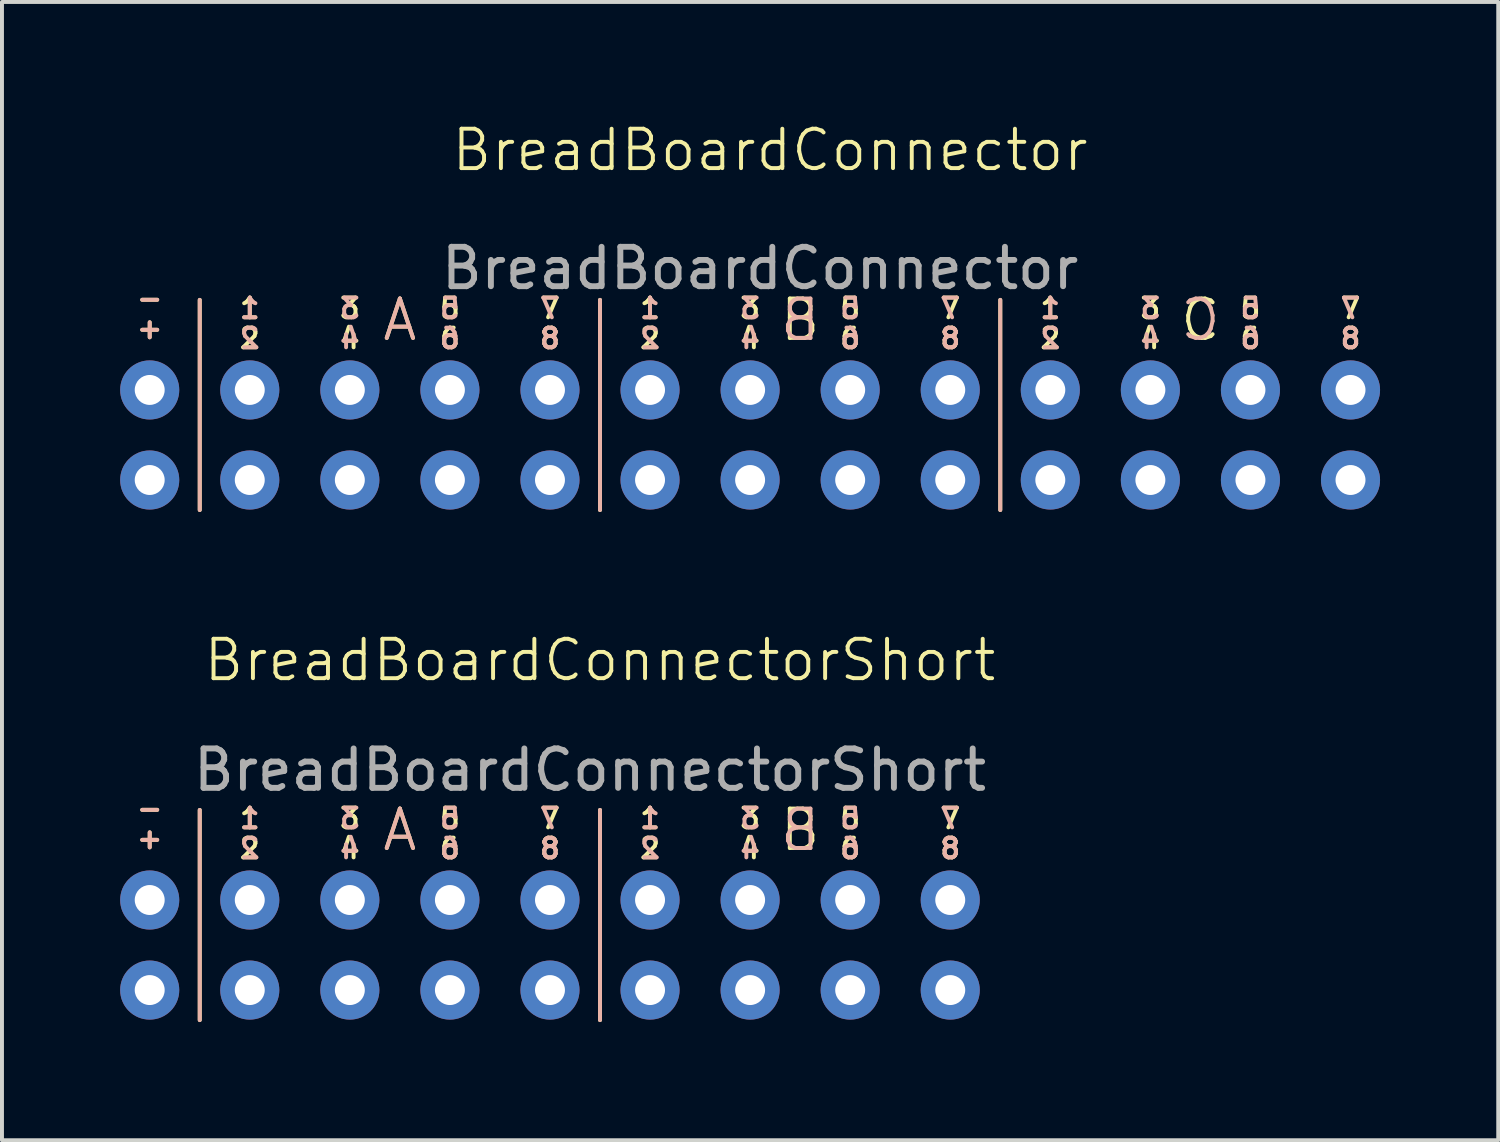
<source format=kicad_pcb>
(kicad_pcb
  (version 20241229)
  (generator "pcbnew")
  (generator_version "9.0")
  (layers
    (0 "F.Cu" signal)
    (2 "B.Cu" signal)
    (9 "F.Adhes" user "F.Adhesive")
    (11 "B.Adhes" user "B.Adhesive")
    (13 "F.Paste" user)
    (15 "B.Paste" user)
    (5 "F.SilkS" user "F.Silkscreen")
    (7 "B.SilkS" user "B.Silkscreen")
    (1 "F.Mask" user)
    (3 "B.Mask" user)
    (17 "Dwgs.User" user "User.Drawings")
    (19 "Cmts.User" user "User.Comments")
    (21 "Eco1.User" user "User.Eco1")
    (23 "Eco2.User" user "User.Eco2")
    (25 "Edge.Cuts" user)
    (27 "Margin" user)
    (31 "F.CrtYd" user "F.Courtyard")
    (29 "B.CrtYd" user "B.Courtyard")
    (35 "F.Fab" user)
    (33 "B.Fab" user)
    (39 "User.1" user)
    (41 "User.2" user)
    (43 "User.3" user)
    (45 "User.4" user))
  (footprint "BreadBoardConnector"
    (layer "F.Cu")
    (at 16.498 1.26)
    (property "Reference" "BreadBoardConnector" (at 0 -0.5 0) (unlocked yes) (layer "F.SilkS") (effects (font (size 1 1) (thickness 0.1))))
    (attr through_hole)
    (fp_line (start -14.478 3.302) (end -14.478 8.636) (stroke (width 0.1) (type default)) (layer "F.SilkS"))
    (fp_line (start -4.318 3.302) (end -4.318 8.636) (stroke (width 0.1) (type default)) (layer "F.SilkS"))
    (fp_line (start 5.842 3.302) (end 5.842 8.636) (stroke (width 0.1) (type default)) (layer "F.SilkS"))
    (fp_line (start -14.478 3.302) (end -14.478 8.636) (stroke (width 0.1) (type default)) (layer "B.SilkS"))
    (fp_line (start -4.318 3.302) (end -4.318 8.636) (stroke (width 0.1) (type default)) (layer "B.SilkS"))
    (fp_line (start 5.842 3.302) (end 5.842 8.636) (stroke (width 0.1) (type default)) (layer "B.SilkS"))
    (fp_text user "3" (at 9.652 3.81 0) (unlocked yes) (layer "F.SilkS") (effects (font (size 0.5 0.5) (thickness 0.1)) (justify bottom)))
    (fp_text user "6" (at 12.192 4.572 0) (unlocked yes) (layer "F.SilkS") (effects (font (size 0.5 0.5) (thickness 0.1)) (justify bottom)))
    (fp_text user "7" (at -5.588 3.81 0) (unlocked yes) (layer "F.SilkS") (effects (font (size 0.5 0.5) (thickness 0.1)) (justify bottom)))
    (fp_text user "3" (at -0.508 3.81 0) (unlocked yes) (layer "F.SilkS") (effects (font (size 0.5 0.5) (thickness 0.1)) (justify bottom)))
    (fp_text user "4" (at -10.668 4.572 0) (unlocked yes) (layer "F.SilkS") (effects (font (size 0.5 0.5) (thickness 0.1)) (justify bottom)))
    (fp_text user "6" (at 2.032 4.572 0) (unlocked yes) (layer "F.SilkS") (effects (font (size 0.5 0.5) (thickness 0.1)) (justify bottom)))
    (fp_text user "5" (at 12.192 3.81 0) (unlocked yes) (layer "F.SilkS") (effects (font (size 0.5 0.5) (thickness 0.1)) (justify bottom)))
    (fp_text user "B" (at 0.762 3.81 0) (unlocked yes) (layer "F.SilkS") (effects (font (size 1 1) (thickness 0.1))))
    (fp_text user "8" (at -5.588 4.572 0) (unlocked yes) (layer "F.SilkS") (effects (font (size 0.5 0.5) (thickness 0.1)) (justify bottom)))
    (fp_text user "4" (at -0.508 4.572 0) (unlocked yes) (layer "F.SilkS") (effects (font (size 0.5 0.5) (thickness 0.1)) (justify bottom)))
    (fp_text user "C" (at 10.922 3.81 0) (unlocked yes) (layer "F.SilkS") (effects (font (size 1 1) (thickness 0.1))))
    (fp_text user "1" (at -3.048 3.81 0) (unlocked yes) (layer "F.SilkS") (effects (font (size 0.5 0.5) (thickness 0.1)) (justify bottom)))
    (fp_text user "2" (at -13.208 4.572 0) (unlocked yes) (layer "F.SilkS") (effects (font (size 0.5 0.5) (thickness 0.1)) (justify bottom)))
    (fp_text user "2" (at -3.048 4.572 0) (unlocked yes) (layer "F.SilkS") (effects (font (size 0.5 0.5) (thickness 0.1)) (justify bottom)))
    (fp_text user "2" (at 7.112 4.572 0) (unlocked yes) (layer "F.SilkS") (effects (font (size 0.5 0.5) (thickness 0.1)) (justify bottom)))
    (fp_text user "6" (at -8.128 4.572 0) (unlocked yes) (layer "F.SilkS") (effects (font (size 0.5 0.5) (thickness 0.1)) (justify bottom)))
    (fp_text user "-" (at -15.748 3.556 0) (unlocked yes) (layer "F.SilkS") (effects (font (size 0.5 0.5) (thickness 0.1)) (justify bottom)))
    (fp_text user "8" (at 14.732 4.572 0) (unlocked yes) (layer "F.SilkS") (effects (font (size 0.5 0.5) (thickness 0.1)) (justify bottom)))
    (fp_text user "5" (at -8.128 3.81 0) (unlocked yes) (layer "F.SilkS") (effects (font (size 0.5 0.5) (thickness 0.1)) (justify bottom)))
    (fp_text user "+" (at -15.748 4.318 0) (unlocked yes) (layer "F.SilkS") (effects (font (size 0.5 0.5) (thickness 0.1)) (justify bottom)))
    (fp_text user "5" (at 2.032 3.81 0) (unlocked yes) (layer "F.SilkS") (effects (font (size 0.5 0.5) (thickness 0.1)) (justify bottom)))
    (fp_text user "7" (at 14.732 3.81 0) (unlocked yes) (layer "F.SilkS") (effects (font (size 0.5 0.5) (thickness 0.1)) (justify bottom)))
    (fp_text user "1" (at -13.208 3.81 0) (unlocked yes) (layer "F.SilkS") (effects (font (size 0.5 0.5) (thickness 0.1)) (justify bottom)))
    (fp_text user "8" (at 4.572 4.572 0) (unlocked yes) (layer "F.SilkS") (effects (font (size 0.5 0.5) (thickness 0.1)) (justify bottom)))
    (fp_text user "A" (at -9.398 3.81 0) (unlocked yes) (layer "F.SilkS") (effects (font (size 1 1) (thickness 0.1))))
    (fp_text user "7" (at 4.572 3.81 0) (unlocked yes) (layer "F.SilkS") (effects (font (size 0.5 0.5) (thickness 0.1)) (justify bottom)))
    (fp_text user "3" (at -10.668 3.81 0) (unlocked yes) (layer "F.SilkS") (effects (font (size 0.5 0.5) (thickness 0.1)) (justify bottom)))
    (fp_text user "4" (at 9.652 4.572 0) (unlocked yes) (layer "F.SilkS") (effects (font (size 0.5 0.5) (thickness 0.1)) (justify bottom)))
    (fp_text user "1" (at 7.112 3.81 0) (unlocked yes) (layer "F.SilkS") (effects (font (size 0.5 0.5) (thickness 0.1)) (justify bottom)))
    (fp_text user "1" (at -3.048 3.81 0) (unlocked yes) (layer "B.SilkS") (effects (font (size 0.5 0.5) (thickness 0.1)) (justify bottom mirror)))
    (fp_text user "7" (at 14.732 3.81 0) (unlocked yes) (layer "B.SilkS") (effects (font (size 0.5 0.5) (thickness 0.1)) (justify bottom mirror)))
    (fp_text user "3" (at 9.652 3.81 0) (unlocked yes) (layer "B.SilkS") (effects (font (size 0.5 0.5) (thickness 0.1)) (justify bottom mirror)))
    (fp_text user "C" (at 10.922 3.81 0) (unlocked yes) (layer "B.SilkS") (effects (font (size 1 1) (thickness 0.1)) (justify mirror)))
    (fp_text user "6" (at -8.128 4.572 0) (unlocked yes) (layer "B.SilkS") (effects (font (size 0.5 0.5) (thickness 0.1)) (justify bottom mirror)))
    (fp_text user "+" (at -15.748 4.318 0) (unlocked yes) (layer "B.SilkS") (effects (font (size 0.5 0.5) (thickness 0.1)) (justify bottom mirror)))
    (fp_text user "3" (at -0.508 3.81 0) (unlocked yes) (layer "B.SilkS") (effects (font (size 0.5 0.5) (thickness 0.1)) (justify bottom mirror)))
    (fp_text user "-" (at -15.748 3.556 0) (unlocked yes) (layer "B.SilkS") (effects (font (size 0.5 0.5) (thickness 0.1)) (justify bottom mirror)))
    (fp_text user "A" (at -9.398 3.81 0) (unlocked yes) (layer "B.SilkS") (effects (font (size 1 1) (thickness 0.1)) (justify mirror)))
    (fp_text user "7" (at 4.572 3.81 0) (unlocked yes) (layer "B.SilkS") (effects (font (size 0.5 0.5) (thickness 0.1)) (justify bottom mirror)))
    (fp_text user "8" (at -5.588 4.572 0) (unlocked yes) (layer "B.SilkS") (effects (font (size 0.5 0.5) (thickness 0.1)) (justify bottom mirror)))
    (fp_text user "3" (at -10.668 3.81 0) (unlocked yes) (layer "B.SilkS") (effects (font (size 0.5 0.5) (thickness 0.1)) (justify bottom mirror)))
    (fp_text user "4" (at -10.668 4.572 0) (unlocked yes) (layer "B.SilkS") (effects (font (size 0.5 0.5) (thickness 0.1)) (justify bottom mirror)))
    (fp_text user "4" (at -0.508 4.572 0) (unlocked yes) (layer "B.SilkS") (effects (font (size 0.5 0.5) (thickness 0.1)) (justify bottom mirror)))
    (fp_text user "1" (at 7.112 3.81 0) (unlocked yes) (layer "B.SilkS") (effects (font (size 0.5 0.5) (thickness 0.1)) (justify bottom mirror)))
    (fp_text user "2" (at -13.208 4.572 0) (unlocked yes) (layer "B.SilkS") (effects (font (size 0.5 0.5) (thickness 0.1)) (justify bottom mirror)))
    (fp_text user "1" (at -13.208 3.81 0) (unlocked yes) (layer "B.SilkS") (effects (font (size 0.5 0.5) (thickness 0.1)) (justify bottom mirror)))
    (fp_text user "6" (at 12.192 4.572 0) (unlocked yes) (layer "B.SilkS") (effects (font (size 0.5 0.5) (thickness 0.1)) (justify bottom mirror)))
    (fp_text user "8" (at 14.732 4.572 0) (unlocked yes) (layer "B.SilkS") (effects (font (size 0.5 0.5) (thickness 0.1)) (justify bottom mirror)))
    (fp_text user "8" (at 4.572 4.572 0) (unlocked yes) (layer "B.SilkS") (effects (font (size 0.5 0.5) (thickness 0.1)) (justify bottom mirror)))
    (fp_text user "5" (at 2.032 3.81 0) (unlocked yes) (layer "B.SilkS") (effects (font (size 0.5 0.5) (thickness 0.1)) (justify bottom mirror)))
    (fp_text user "2" (at -3.048 4.572 0) (unlocked yes) (layer "B.SilkS") (effects (font (size 0.5 0.5) (thickness 0.1)) (justify bottom mirror)))
    (fp_text user "2" (at 7.112 4.572 0) (unlocked yes) (layer "B.SilkS") (effects (font (size 0.5 0.5) (thickness 0.1)) (justify bottom mirror)))
    (fp_text user "B" (at 0.762 3.81 0) (unlocked yes) (layer "B.SilkS") (effects (font (size 1 1) (thickness 0.1)) (justify mirror)))
    (fp_text user "7" (at -5.588 3.81 0) (unlocked yes) (layer "B.SilkS") (effects (font (size 0.5 0.5) (thickness 0.1)) (justify bottom mirror)))
    (fp_text user "4" (at 9.652 4.572 0) (unlocked yes) (layer "B.SilkS") (effects (font (size 0.5 0.5) (thickness 0.1)) (justify bottom mirror)))
    (fp_text user "5" (at -8.128 3.81 0) (unlocked yes) (layer "B.SilkS") (effects (font (size 0.5 0.5) (thickness 0.1)) (justify bottom mirror)))
    (fp_text user "5" (at 12.192 3.81 0) (unlocked yes) (layer "B.SilkS") (effects (font (size 0.5 0.5) (thickness 0.1)) (justify bottom mirror)))
    (fp_text user "6" (at 2.032 4.572 0) (unlocked yes) (layer "B.SilkS") (effects (font (size 0.5 0.5) (thickness 0.1)) (justify bottom mirror)))
    (fp_text user "${REFERENCE}" (at -0.254 2.5 0) (unlocked yes) (layer "F.Fab") (effects (font (size 1 1) (thickness 0.15))))
    (pad "1" thru_hole circle (at -13.208 5.588 180) (size 1.5 1.5) (drill 0.76) (layers "*.Cu" "*.Mask"))
    (pad "2" thru_hole circle (at -13.208 7.874 180) (size 1.5 1.5) (drill 0.76) (layers "*.Cu" "*.Mask"))
    (pad "3" thru_hole circle (at -10.668 5.588 180) (size 1.5 1.5) (drill 0.76) (layers "*.Cu" "*.Mask"))
    (pad "4" thru_hole circle (at -10.668 7.874 180) (size 1.5 1.5) (drill 0.76) (layers "*.Cu" "*.Mask"))
    (pad "5" thru_hole circle (at -8.128 5.588 180) (size 1.5 1.5) (drill 0.76) (layers "*.Cu" "*.Mask"))
    (pad "6" thru_hole circle (at -8.128 7.874 180) (size 1.5 1.5) (drill 0.76) (layers "*.Cu" "*.Mask"))
    (pad "7" thru_hole circle (at -5.588 5.588 180) (size 1.5 1.5) (drill 0.76) (layers "*.Cu" "*.Mask"))
    (pad "8" thru_hole circle (at -5.588 7.874 180) (size 1.5 1.5) (drill 0.76) (layers "*.Cu" "*.Mask"))
    (pad "9" thru_hole circle (at -3.048 5.588 180) (size 1.5 1.5) (drill 0.76) (layers "*.Cu" "*.Mask"))
    (pad "10" thru_hole circle (at -3.048 7.874 180) (size 1.5 1.5) (drill 0.76) (layers "*.Cu" "*.Mask"))
    (pad "11" thru_hole circle (at -0.508 5.588 180) (size 1.5 1.5) (drill 0.76) (layers "*.Cu" "*.Mask"))
    (pad "12" thru_hole circle (at -0.508 7.874 180) (size 1.5 1.5) (drill 0.76) (layers "*.Cu" "*.Mask"))
    (pad "13" thru_hole circle (at 2.032 5.588 180) (size 1.5 1.5) (drill 0.76) (layers "*.Cu" "*.Mask"))
    (pad "14" thru_hole circle (at 2.032 7.874 180) (size 1.5 1.5) (drill 0.76) (layers "*.Cu" "*.Mask"))
    (pad "15" thru_hole circle (at 4.572 5.588 180) (size 1.5 1.5) (drill 0.76) (layers "*.Cu" "*.Mask"))
    (pad "16" thru_hole circle (at 4.572 7.874 180) (size 1.5 1.5) (drill 0.76) (layers "*.Cu" "*.Mask"))
    (pad "17" thru_hole circle (at 7.112 5.588 180) (size 1.5 1.5) (drill 0.76) (layers "*.Cu" "*.Mask"))
    (pad "18" thru_hole circle (at 7.112 7.874 180) (size 1.5 1.5) (drill 0.76) (layers "*.Cu" "*.Mask"))
    (pad "19" thru_hole circle (at 9.652 5.588 180) (size 1.5 1.5) (drill 0.76) (layers "*.Cu" "*.Mask"))
    (pad "20" thru_hole circle (at 9.652 7.874 180) (size 1.5 1.5) (drill 0.76) (layers "*.Cu" "*.Mask"))
    (pad "21" thru_hole circle (at 12.192 5.588 180) (size 1.5 1.5) (drill 0.76) (layers "*.Cu" "*.Mask"))
    (pad "22" thru_hole circle (at 12.192 7.874 180) (size 1.5 1.5) (drill 0.76) (layers "*.Cu" "*.Mask"))
    (pad "23" thru_hole circle (at 14.732 5.588 180) (size 1.5 1.5) (drill 0.76) (layers "*.Cu" "*.Mask"))
    (pad "24" thru_hole circle (at 14.732 7.874 180) (size 1.5 1.5) (drill 0.76) (layers "*.Cu" "*.Mask"))
    (pad "25" thru_hole circle (at -15.748 5.588 180) (size 1.5 1.5) (drill 0.76) (layers "*.Cu" "*.Mask"))
    (pad "26" thru_hole circle (at -15.748 7.874 180) (size 1.5 1.5) (drill 0.76) (layers "*.Cu" "*.Mask")))
  (footprint "BreadBoardConnectorShort"
    (layer "F.Cu")
    (at 12.18 14.207)
    (property "Reference" "BreadBoardConnectorShort" (at 0 -0.5 0) (unlocked yes) (layer "F.SilkS") (effects (font (size 1 1) (thickness 0.1))))
    (attr through_hole)
    (fp_line (start -10.16 3.302) (end -10.16 8.636) (stroke (width 0.1) (type default)) (layer "F.SilkS"))
    (fp_line (start 0 3.302) (end 0 8.636) (stroke (width 0.1) (type default)) (layer "F.SilkS"))
    (fp_line (start -10.16 3.302) (end -10.16 8.636) (stroke (width 0.1) (type default)) (layer "B.SilkS"))
    (fp_line (start 0 3.302) (end 0 8.636) (stroke (width 0.1) (type default)) (layer "B.SilkS"))
    (fp_text user "8" (at -1.27 4.572 0) (unlocked yes) (layer "F.SilkS") (effects (font (size 0.5 0.5) (thickness 0.1)) (justify bottom)))
    (fp_text user "5" (at 6.35 3.81 0) (unlocked yes) (layer "F.SilkS") (effects (font (size 0.5 0.5) (thickness 0.1)) (justify bottom)))
    (fp_text user "4" (at -6.35 4.572 0) (unlocked yes) (layer "F.SilkS") (effects (font (size 0.5 0.5) (thickness 0.1)) (justify bottom)))
    (fp_text user "5" (at -3.81 3.81 0) (unlocked yes) (layer "F.SilkS") (effects (font (size 0.5 0.5) (thickness 0.1)) (justify bottom)))
    (fp_text user "6" (at 6.35 4.572 0) (unlocked yes) (layer "F.SilkS") (effects (font (size 0.5 0.5) (thickness 0.1)) (justify bottom)))
    (fp_text user "3" (at 3.81 3.81 0) (unlocked yes) (layer "F.SilkS") (effects (font (size 0.5 0.5) (thickness 0.1)) (justify bottom)))
    (fp_text user "4" (at 3.81 4.572 0) (unlocked yes) (layer "F.SilkS") (effects (font (size 0.5 0.5) (thickness 0.1)) (justify bottom)))
    (fp_text user "2" (at -8.89 4.572 0) (unlocked yes) (layer "F.SilkS") (effects (font (size 0.5 0.5) (thickness 0.1)) (justify bottom)))
    (fp_text user "A" (at -5.08 3.81 0) (unlocked yes) (layer "F.SilkS") (effects (font (size 1 1) (thickness 0.1))))
    (fp_text user "1" (at 1.27 3.81 0) (unlocked yes) (layer "F.SilkS") (effects (font (size 0.5 0.5) (thickness 0.1)) (justify bottom)))
    (fp_text user "8" (at 8.89 4.572 0) (unlocked yes) (layer "F.SilkS") (effects (font (size 0.5 0.5) (thickness 0.1)) (justify bottom)))
    (fp_text user "2" (at 1.27 4.572 0) (unlocked yes) (layer "F.SilkS") (effects (font (size 0.5 0.5) (thickness 0.1)) (justify bottom)))
    (fp_text user "3" (at -6.35 3.81 0) (unlocked yes) (layer "F.SilkS") (effects (font (size 0.5 0.5) (thickness 0.1)) (justify bottom)))
    (fp_text user "7" (at 8.89 3.81 0) (unlocked yes) (layer "F.SilkS") (effects (font (size 0.5 0.5) (thickness 0.1)) (justify bottom)))
    (fp_text user "B" (at 5.08 3.81 0) (unlocked yes) (layer "F.SilkS") (effects (font (size 1 1) (thickness 0.1))))
    (fp_text user "7" (at -1.27 3.81 0) (unlocked yes) (layer "F.SilkS") (effects (font (size 0.5 0.5) (thickness 0.1)) (justify bottom)))
    (fp_text user "1" (at -8.89 3.81 0) (unlocked yes) (layer "F.SilkS") (effects (font (size 0.5 0.5) (thickness 0.1)) (justify bottom)))
    (fp_text user "-" (at -11.43 3.556 0) (unlocked yes) (layer "F.SilkS") (effects (font (size 0.5 0.5) (thickness 0.1)) (justify bottom)))
    (fp_text user "6" (at -3.81 4.572 0) (unlocked yes) (layer "F.SilkS") (effects (font (size 0.5 0.5) (thickness 0.1)) (justify bottom)))
    (fp_text user "+" (at -11.43 4.318 0) (unlocked yes) (layer "F.SilkS") (effects (font (size 0.5 0.5) (thickness 0.1)) (justify bottom)))
    (fp_text user "1" (at 1.27 3.81 0) (unlocked yes) (layer "B.SilkS") (effects (font (size 0.5 0.5) (thickness 0.1)) (justify bottom mirror)))
    (fp_text user "2" (at -8.89 4.572 0) (unlocked yes) (layer "B.SilkS") (effects (font (size 0.5 0.5) (thickness 0.1)) (justify bottom mirror)))
    (fp_text user "8" (at 8.89 4.572 0) (unlocked yes) (layer "B.SilkS") (effects (font (size 0.5 0.5) (thickness 0.1)) (justify bottom mirror)))
    (fp_text user "4" (at 3.81 4.572 0) (unlocked yes) (layer "B.SilkS") (effects (font (size 0.5 0.5) (thickness 0.1)) (justify bottom mirror)))
    (fp_text user "5" (at 6.35 3.81 0) (unlocked yes) (layer "B.SilkS") (effects (font (size 0.5 0.5) (thickness 0.1)) (justify bottom mirror)))
    (fp_text user "1" (at -8.89 3.81 0) (unlocked yes) (layer "B.SilkS") (effects (font (size 0.5 0.5) (thickness 0.1)) (justify bottom mirror)))
    (fp_text user "2" (at 1.27 4.572 0) (unlocked yes) (layer "B.SilkS") (effects (font (size 0.5 0.5) (thickness 0.1)) (justify bottom mirror)))
    (fp_text user "6" (at -3.81 4.572 0) (unlocked yes) (layer "B.SilkS") (effects (font (size 0.5 0.5) (thickness 0.1)) (justify bottom mirror)))
    (fp_text user "A" (at -5.08 3.81 0) (unlocked yes) (layer "B.SilkS") (effects (font (size 1 1) (thickness 0.1)) (justify mirror)))
    (fp_text user "B" (at 5.08 3.81 0) (unlocked yes) (layer "B.SilkS") (effects (font (size 1 1) (thickness 0.1)) (justify mirror)))
    (fp_text user "4" (at -6.35 4.572 0) (unlocked yes) (layer "B.SilkS") (effects (font (size 0.5 0.5) (thickness 0.1)) (justify bottom mirror)))
    (fp_text user "8" (at -1.27 4.572 0) (unlocked yes) (layer "B.SilkS") (effects (font (size 0.5 0.5) (thickness 0.1)) (justify bottom mirror)))
    (fp_text user "7" (at 8.89 3.81 0) (unlocked yes) (layer "B.SilkS") (effects (font (size 0.5 0.5) (thickness 0.1)) (justify bottom mirror)))
    (fp_text user "3" (at 3.81 3.81 0) (unlocked yes) (layer "B.SilkS") (effects (font (size 0.5 0.5) (thickness 0.1)) (justify bottom mirror)))
    (fp_text user "-" (at -11.43 3.556 0) (unlocked yes) (layer "B.SilkS") (effects (font (size 0.5 0.5) (thickness 0.1)) (justify bottom mirror)))
    (fp_text user "7" (at -1.27 3.81 0) (unlocked yes) (layer "B.SilkS") (effects (font (size 0.5 0.5) (thickness 0.1)) (justify bottom mirror)))
    (fp_text user "+" (at -11.43 4.318 0) (unlocked yes) (layer "B.SilkS") (effects (font (size 0.5 0.5) (thickness 0.1)) (justify bottom mirror)))
    (fp_text user "5" (at -3.81 3.81 0) (unlocked yes) (layer "B.SilkS") (effects (font (size 0.5 0.5) (thickness 0.1)) (justify bottom mirror)))
    (fp_text user "3" (at -6.35 3.81 0) (unlocked yes) (layer "B.SilkS") (effects (font (size 0.5 0.5) (thickness 0.1)) (justify bottom mirror)))
    (fp_text user "6" (at 6.35 4.572 0) (unlocked yes) (layer "B.SilkS") (effects (font (size 0.5 0.5) (thickness 0.1)) (justify bottom mirror)))
    (fp_text user "${REFERENCE}" (at -0.254 2.286 0) (unlocked yes) (layer "F.Fab") (effects (font (size 1 1) (thickness 0.15))))
    (pad "1" thru_hole circle (at -8.89 5.588 180) (size 1.5 1.5) (drill 0.76) (layers "*.Cu" "*.Mask"))
    (pad "2" thru_hole circle (at -8.89 7.874 180) (size 1.5 1.5) (drill 0.76) (layers "*.Cu" "*.Mask"))
    (pad "3" thru_hole circle (at -6.35 5.588 180) (size 1.5 1.5) (drill 0.76) (layers "*.Cu" "*.Mask"))
    (pad "4" thru_hole circle (at -6.35 7.874 180) (size 1.5 1.5) (drill 0.76) (layers "*.Cu" "*.Mask"))
    (pad "5" thru_hole circle (at -3.81 5.588 180) (size 1.5 1.5) (drill 0.76) (layers "*.Cu" "*.Mask"))
    (pad "6" thru_hole circle (at -3.81 7.874 180) (size 1.5 1.5) (drill 0.76) (layers "*.Cu" "*.Mask"))
    (pad "7" thru_hole circle (at -1.27 5.588 180) (size 1.5 1.5) (drill 0.76) (layers "*.Cu" "*.Mask"))
    (pad "8" thru_hole circle (at -1.27 7.874 180) (size 1.5 1.5) (drill 0.76) (layers "*.Cu" "*.Mask"))
    (pad "9" thru_hole circle (at 1.27 5.588 180) (size 1.5 1.5) (drill 0.76) (layers "*.Cu" "*.Mask"))
    (pad "10" thru_hole circle (at 1.27 7.874 180) (size 1.5 1.5) (drill 0.76) (layers "*.Cu" "*.Mask"))
    (pad "11" thru_hole circle (at 3.81 5.588 180) (size 1.5 1.5) (drill 0.76) (layers "*.Cu" "*.Mask"))
    (pad "12" thru_hole circle (at 3.81 7.874 180) (size 1.5 1.5) (drill 0.76) (layers "*.Cu" "*.Mask"))
    (pad "13" thru_hole circle (at 6.35 5.588 180) (size 1.5 1.5) (drill 0.76) (layers "*.Cu" "*.Mask"))
    (pad "14" thru_hole circle (at 6.35 7.874 180) (size 1.5 1.5) (drill 0.76) (layers "*.Cu" "*.Mask"))
    (pad "15" thru_hole circle (at 8.89 5.588 180) (size 1.5 1.5) (drill 0.76) (layers "*.Cu" "*.Mask"))
    (pad "16" thru_hole circle (at 8.89 7.874 180) (size 1.5 1.5) (drill 0.76) (layers "*.Cu" "*.Mask"))
    (pad "25" thru_hole circle (at -11.43 5.588 180) (size 1.5 1.5) (drill 0.76) (layers "*.Cu" "*.Mask"))
    (pad "26" thru_hole circle (at -11.43 7.874 180) (size 1.5 1.5) (drill 0.76) (layers "*.Cu" "*.Mask")))
  (gr_rect
    (start -3 -3)
    (end 34.98 25.893)
    (stroke (width 0.1) (type default))
    (fill no)
    (layer "Edge.Cuts")))
</source>
